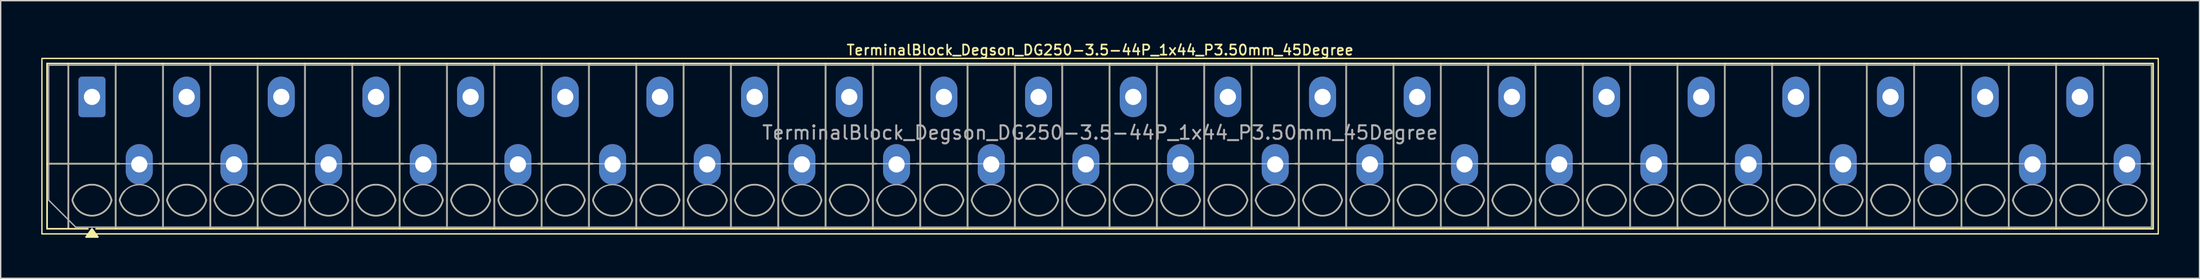
<source format=kicad_pcb>
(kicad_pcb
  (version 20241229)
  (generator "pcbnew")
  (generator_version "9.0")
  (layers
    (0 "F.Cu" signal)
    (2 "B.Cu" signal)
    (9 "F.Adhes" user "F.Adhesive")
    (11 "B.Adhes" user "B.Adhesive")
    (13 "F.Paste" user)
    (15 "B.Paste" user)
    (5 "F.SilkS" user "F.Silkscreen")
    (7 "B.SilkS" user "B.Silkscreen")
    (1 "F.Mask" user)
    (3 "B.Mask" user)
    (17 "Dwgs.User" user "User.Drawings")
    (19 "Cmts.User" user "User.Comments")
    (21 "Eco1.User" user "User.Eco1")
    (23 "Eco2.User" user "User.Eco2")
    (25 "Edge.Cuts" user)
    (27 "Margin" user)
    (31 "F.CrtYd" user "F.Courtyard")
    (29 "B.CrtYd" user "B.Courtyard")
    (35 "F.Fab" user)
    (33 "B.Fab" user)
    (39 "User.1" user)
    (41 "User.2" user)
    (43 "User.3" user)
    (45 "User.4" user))
  (footprint "TerminalBlock_Degson_DG250-3.5-44P_1x44_P3.50mm_45Degree"
    (layer "F.Cu")
    (at 3.75 4.128)
    (property "Reference" "TerminalBlock_Degson_DG250-3.5-44P_1x44_P3.50mm_45Degree" (at 74.55 -3.47 0) (layer "F.SilkS") (effects (font (size 0.75 0.75) (thickness 0.125))))
    (attr through_hole)
    (fp_line (start -3.32 -2.47) (end 152.42 -2.47) (stroke (width 0.12) (type solid)) (layer "F.SilkS"))
    (fp_line (start -3.32 4.95) (end 2.02 4.95) (stroke (width 0.12) (type solid)) (layer "F.SilkS"))
    (fp_line (start -3.32 9.77) (end -3.32 -2.47) (stroke (width 0.12) (type solid)) (layer "F.SilkS"))
    (fp_line (start -1.75 -2.47) (end -1.75 9.77) (stroke (width 0.12) (type solid)) (layer "F.SilkS"))
    (fp_line (start -0.3 9.77) (end -3.32 9.77) (stroke (width 0.12) (type solid)) (layer "F.SilkS"))
    (fp_line (start 1.75 -2.47) (end 1.75 9.77) (stroke (width 0.12) (type solid)) (layer "F.SilkS"))
    (fp_line (start 4.98 4.95) (end 9.02 4.95) (stroke (width 0.12) (type solid)) (layer "F.SilkS"))
    (fp_line (start 5.25 -2.47) (end 5.25 9.77) (stroke (width 0.12) (type solid)) (layer "F.SilkS"))
    (fp_line (start 8.75 -2.47) (end 8.75 9.77) (stroke (width 0.12) (type solid)) (layer "F.SilkS"))
    (fp_line (start 11.98 4.95) (end 16.02 4.95) (stroke (width 0.12) (type solid)) (layer "F.SilkS"))
    (fp_line (start 12.25 -2.47) (end 12.25 9.77) (stroke (width 0.12) (type solid)) (layer "F.SilkS"))
    (fp_line (start 15.75 -2.47) (end 15.75 9.77) (stroke (width 0.12) (type solid)) (layer "F.SilkS"))
    (fp_line (start 18.98 4.95) (end 23.02 4.95) (stroke (width 0.12) (type solid)) (layer "F.SilkS"))
    (fp_line (start 19.25 -2.47) (end 19.25 9.77) (stroke (width 0.12) (type solid)) (layer "F.SilkS"))
    (fp_line (start 22.75 -2.47) (end 22.75 9.77) (stroke (width 0.12) (type solid)) (layer "F.SilkS"))
    (fp_line (start 25.98 4.95) (end 30.02 4.95) (stroke (width 0.12) (type solid)) (layer "F.SilkS"))
    (fp_line (start 26.25 -2.47) (end 26.25 9.77) (stroke (width 0.12) (type solid)) (layer "F.SilkS"))
    (fp_line (start 29.75 -2.47) (end 29.75 9.77) (stroke (width 0.12) (type solid)) (layer "F.SilkS"))
    (fp_line (start 32.98 4.95) (end 37.02 4.95) (stroke (width 0.12) (type solid)) (layer "F.SilkS"))
    (fp_line (start 33.25 -2.47) (end 33.25 9.77) (stroke (width 0.12) (type solid)) (layer "F.SilkS"))
    (fp_line (start 36.75 -2.47) (end 36.75 9.77) (stroke (width 0.12) (type solid)) (layer "F.SilkS"))
    (fp_line (start 39.98 4.95) (end 44.02 4.95) (stroke (width 0.12) (type solid)) (layer "F.SilkS"))
    (fp_line (start 40.25 -2.47) (end 40.25 9.77) (stroke (width 0.12) (type solid)) (layer "F.SilkS"))
    (fp_line (start 43.75 -2.47) (end 43.75 9.77) (stroke (width 0.12) (type solid)) (layer "F.SilkS"))
    (fp_line (start 46.98 4.95) (end 51.02 4.95) (stroke (width 0.12) (type solid)) (layer "F.SilkS"))
    (fp_line (start 47.25 -2.47) (end 47.25 9.77) (stroke (width 0.12) (type solid)) (layer "F.SilkS"))
    (fp_line (start 50.75 -2.47) (end 50.75 9.77) (stroke (width 0.12) (type solid)) (layer "F.SilkS"))
    (fp_line (start 53.98 4.95) (end 58.02 4.95) (stroke (width 0.12) (type solid)) (layer "F.SilkS"))
    (fp_line (start 54.25 -2.47) (end 54.25 9.77) (stroke (width 0.12) (type solid)) (layer "F.SilkS"))
    (fp_line (start 57.75 -2.47) (end 57.75 9.77) (stroke (width 0.12) (type solid)) (layer "F.SilkS"))
    (fp_line (start 60.98 4.95) (end 65.02 4.95) (stroke (width 0.12) (type solid)) (layer "F.SilkS"))
    (fp_line (start 61.25 -2.47) (end 61.25 9.77) (stroke (width 0.12) (type solid)) (layer "F.SilkS"))
    (fp_line (start 64.75 -2.47) (end 64.75 9.77) (stroke (width 0.12) (type solid)) (layer "F.SilkS"))
    (fp_line (start 67.98 4.95) (end 72.02 4.95) (stroke (width 0.12) (type solid)) (layer "F.SilkS"))
    (fp_line (start 68.25 -2.47) (end 68.25 9.77) (stroke (width 0.12) (type solid)) (layer "F.SilkS"))
    (fp_line (start 71.75 -2.47) (end 71.75 9.77) (stroke (width 0.12) (type solid)) (layer "F.SilkS"))
    (fp_line (start 74.98 4.95) (end 79.02 4.95) (stroke (width 0.12) (type solid)) (layer "F.SilkS"))
    (fp_line (start 75.25 -2.47) (end 75.25 9.77) (stroke (width 0.12) (type solid)) (layer "F.SilkS"))
    (fp_line (start 78.75 -2.47) (end 78.75 9.77) (stroke (width 0.12) (type solid)) (layer "F.SilkS"))
    (fp_line (start 81.98 4.95) (end 86.02 4.95) (stroke (width 0.12) (type solid)) (layer "F.SilkS"))
    (fp_line (start 82.25 -2.47) (end 82.25 9.77) (stroke (width 0.12) (type solid)) (layer "F.SilkS"))
    (fp_line (start 85.75 -2.47) (end 85.75 9.77) (stroke (width 0.12) (type solid)) (layer "F.SilkS"))
    (fp_line (start 88.98 4.95) (end 93.02 4.95) (stroke (width 0.12) (type solid)) (layer "F.SilkS"))
    (fp_line (start 89.25 -2.47) (end 89.25 9.77) (stroke (width 0.12) (type solid)) (layer "F.SilkS"))
    (fp_line (start 92.75 -2.47) (end 92.75 9.77) (stroke (width 0.12) (type solid)) (layer "F.SilkS"))
    (fp_line (start 95.98 4.95) (end 100.02 4.95) (stroke (width 0.12) (type solid)) (layer "F.SilkS"))
    (fp_line (start 96.25 -2.47) (end 96.25 9.77) (stroke (width 0.12) (type solid)) (layer "F.SilkS"))
    (fp_line (start 99.75 -2.47) (end 99.75 9.77) (stroke (width 0.12) (type solid)) (layer "F.SilkS"))
    (fp_line (start 102.98 4.95) (end 107.02 4.95) (stroke (width 0.12) (type solid)) (layer "F.SilkS"))
    (fp_line (start 103.25 -2.47) (end 103.25 9.77) (stroke (width 0.12) (type solid)) (layer "F.SilkS"))
    (fp_line (start 106.75 -2.47) (end 106.75 9.77) (stroke (width 0.12) (type solid)) (layer "F.SilkS"))
    (fp_line (start 109.98 4.95) (end 114.02 4.95) (stroke (width 0.12) (type solid)) (layer "F.SilkS"))
    (fp_line (start 110.25 -2.47) (end 110.25 9.77) (stroke (width 0.12) (type solid)) (layer "F.SilkS"))
    (fp_line (start 113.75 -2.47) (end 113.75 9.77) (stroke (width 0.12) (type solid)) (layer "F.SilkS"))
    (fp_line (start 116.98 4.95) (end 121.02 4.95) (stroke (width 0.12) (type solid)) (layer "F.SilkS"))
    (fp_line (start 117.25 -2.47) (end 117.25 9.77) (stroke (width 0.12) (type solid)) (layer "F.SilkS"))
    (fp_line (start 120.75 -2.47) (end 120.75 9.77) (stroke (width 0.12) (type solid)) (layer "F.SilkS"))
    (fp_line (start 123.98 4.95) (end 128.02 4.95) (stroke (width 0.12) (type solid)) (layer "F.SilkS"))
    (fp_line (start 124.25 -2.47) (end 124.25 9.77) (stroke (width 0.12) (type solid)) (layer "F.SilkS"))
    (fp_line (start 127.75 -2.47) (end 127.75 9.77) (stroke (width 0.12) (type solid)) (layer "F.SilkS"))
    (fp_line (start 130.98 4.95) (end 135.02 4.95) (stroke (width 0.12) (type solid)) (layer "F.SilkS"))
    (fp_line (start 131.25 -2.47) (end 131.25 9.77) (stroke (width 0.12) (type solid)) (layer "F.SilkS"))
    (fp_line (start 134.75 -2.47) (end 134.75 9.77) (stroke (width 0.12) (type solid)) (layer "F.SilkS"))
    (fp_line (start 137.98 4.95) (end 142.02 4.95) (stroke (width 0.12) (type solid)) (layer "F.SilkS"))
    (fp_line (start 138.25 -2.47) (end 138.25 9.77) (stroke (width 0.12) (type solid)) (layer "F.SilkS"))
    (fp_line (start 141.75 -2.47) (end 141.75 9.77) (stroke (width 0.12) (type solid)) (layer "F.SilkS"))
    (fp_line (start 144.98 4.95) (end 149.02 4.95) (stroke (width 0.12) (type solid)) (layer "F.SilkS"))
    (fp_line (start 145.25 -2.47) (end 145.25 9.77) (stroke (width 0.12) (type solid)) (layer "F.SilkS"))
    (fp_line (start 148.75 -2.47) (end 148.75 9.77) (stroke (width 0.12) (type solid)) (layer "F.SilkS"))
    (fp_line (start 151.98 4.95) (end 152.42 4.95) (stroke (width 0.12) (type solid)) (layer "F.SilkS"))
    (fp_line (start 152.42 -2.47) (end 152.42 9.77) (stroke (width 0.12) (type solid)) (layer "F.SilkS"))
    (fp_line (start 152.42 9.77) (end 0.3 9.77) (stroke (width 0.12) (type solid)) (layer "F.SilkS"))
    (fp_rect (start -3.7 -2.85) (end 152.8 10.15) (stroke (width 0.1) (type solid)) (fill no) (layer "F.SilkS"))
    (fp_arc (start -1.45 7.65) (mid 0 6.5) (end 1.45 7.65) (stroke (width 0.12) (type solid)) (layer "F.SilkS"))
    (fp_arc (start 1.45 7.65) (mid 0 8.8) (end -1.45 7.65) (stroke (width 0.12) (type solid)) (layer "F.SilkS"))
    (fp_arc (start 2.05 7.65) (mid 2.18402 7.291962) (end 2.405 6.98) (stroke (width 0.12) (type solid)) (layer "F.SilkS"))
    (fp_arc (start 4.595 6.98) (mid 4.81598 7.291962) (end 4.95 7.65) (stroke (width 0.12) (type solid)) (layer "F.SilkS"))
    (fp_arc (start 4.95 7.65) (mid 3.5 8.8) (end 2.05 7.65) (stroke (width 0.12) (type solid)) (layer "F.SilkS"))
    (fp_arc (start 5.55 7.65) (mid 7 6.5) (end 8.45 7.65) (stroke (width 0.12) (type solid)) (layer "F.SilkS"))
    (fp_arc (start 8.45 7.65) (mid 7 8.8) (end 5.55 7.65) (stroke (width 0.12) (type solid)) (layer "F.SilkS"))
    (fp_arc (start 9.05 7.65) (mid 9.18402 7.291962) (end 9.405 6.98) (stroke (width 0.12) (type solid)) (layer "F.SilkS"))
    (fp_arc (start 11.595 6.98) (mid 11.81598 7.291962) (end 11.95 7.65) (stroke (width 0.12) (type solid)) (layer "F.SilkS"))
    (fp_arc (start 11.95 7.65) (mid 10.5 8.8) (end 9.05 7.65) (stroke (width 0.12) (type solid)) (layer "F.SilkS"))
    (fp_arc (start 12.55 7.65) (mid 14 6.5) (end 15.45 7.65) (stroke (width 0.12) (type solid)) (layer "F.SilkS"))
    (fp_arc (start 15.45 7.65) (mid 14 8.8) (end 12.55 7.65) (stroke (width 0.12) (type solid)) (layer "F.SilkS"))
    (fp_arc (start 16.05 7.65) (mid 16.18402 7.291962) (end 16.405 6.98) (stroke (width 0.12) (type solid)) (layer "F.SilkS"))
    (fp_arc (start 18.595 6.98) (mid 18.81598 7.291962) (end 18.95 7.65) (stroke (width 0.12) (type solid)) (layer "F.SilkS"))
    (fp_arc (start 18.95 7.65) (mid 17.5 8.8) (end 16.05 7.65) (stroke (width 0.12) (type solid)) (layer "F.SilkS"))
    (fp_arc (start 19.55 7.65) (mid 21 6.5) (end 22.45 7.65) (stroke (width 0.12) (type solid)) (layer "F.SilkS"))
    (fp_arc (start 22.45 7.65) (mid 21 8.8) (end 19.55 7.65) (stroke (width 0.12) (type solid)) (layer "F.SilkS"))
    (fp_arc (start 23.05 7.65) (mid 23.18402 7.291962) (end 23.405 6.98) (stroke (width 0.12) (type solid)) (layer "F.SilkS"))
    (fp_arc (start 25.595 6.98) (mid 25.81598 7.291962) (end 25.95 7.65) (stroke (width 0.12) (type solid)) (layer "F.SilkS"))
    (fp_arc (start 25.95 7.65) (mid 24.5 8.8) (end 23.05 7.65) (stroke (width 0.12) (type solid)) (layer "F.SilkS"))
    (fp_arc (start 26.55 7.65) (mid 28 6.5) (end 29.45 7.65) (stroke (width 0.12) (type solid)) (layer "F.SilkS"))
    (fp_arc (start 29.45 7.65) (mid 28 8.8) (end 26.55 7.65) (stroke (width 0.12) (type solid)) (layer "F.SilkS"))
    (fp_arc (start 30.05 7.65) (mid 30.18402 7.291962) (end 30.405 6.98) (stroke (width 0.12) (type solid)) (layer "F.SilkS"))
    (fp_arc (start 32.595 6.98) (mid 32.81598 7.291962) (end 32.95 7.65) (stroke (width 0.12) (type solid)) (layer "F.SilkS"))
    (fp_arc (start 32.95 7.65) (mid 31.5 8.8) (end 30.05 7.65) (stroke (width 0.12) (type solid)) (layer "F.SilkS"))
    (fp_arc (start 33.55 7.65) (mid 35 6.5) (end 36.45 7.65) (stroke (width 0.12) (type solid)) (layer "F.SilkS"))
    (fp_arc (start 36.45 7.65) (mid 35 8.8) (end 33.55 7.65) (stroke (width 0.12) (type solid)) (layer "F.SilkS"))
    (fp_arc (start 37.05 7.65) (mid 37.18402 7.291962) (end 37.405 6.98) (stroke (width 0.12) (type solid)) (layer "F.SilkS"))
    (fp_arc (start 39.595 6.98) (mid 39.81598 7.291962) (end 39.95 7.65) (stroke (width 0.12) (type solid)) (layer "F.SilkS"))
    (fp_arc (start 39.95 7.65) (mid 38.5 8.8) (end 37.05 7.65) (stroke (width 0.12) (type solid)) (layer "F.SilkS"))
    (fp_arc (start 40.55 7.65) (mid 42 6.5) (end 43.45 7.65) (stroke (width 0.12) (type solid)) (layer "F.SilkS"))
    (fp_arc (start 43.45 7.65) (mid 42 8.8) (end 40.55 7.65) (stroke (width 0.12) (type solid)) (layer "F.SilkS"))
    (fp_arc (start 44.05 7.65) (mid 44.18402 7.291962) (end 44.405 6.98) (stroke (width 0.12) (type solid)) (layer "F.SilkS"))
    (fp_arc (start 46.595 6.98) (mid 46.81598 7.291962) (end 46.95 7.65) (stroke (width 0.12) (type solid)) (layer "F.SilkS"))
    (fp_arc (start 46.95 7.65) (mid 45.5 8.8) (end 44.05 7.65) (stroke (width 0.12) (type solid)) (layer "F.SilkS"))
    (fp_arc (start 47.55 7.65) (mid 49 6.5) (end 50.45 7.65) (stroke (width 0.12) (type solid)) (layer "F.SilkS"))
    (fp_arc (start 50.45 7.65) (mid 49 8.8) (end 47.55 7.65) (stroke (width 0.12) (type solid)) (layer "F.SilkS"))
    (fp_arc (start 51.05 7.65) (mid 51.18402 7.291962) (end 51.405 6.98) (stroke (width 0.12) (type solid)) (layer "F.SilkS"))
    (fp_arc (start 53.595 6.98) (mid 53.81598 7.291962) (end 53.95 7.65) (stroke (width 0.12) (type solid)) (layer "F.SilkS"))
    (fp_arc (start 53.95 7.65) (mid 52.5 8.8) (end 51.05 7.65) (stroke (width 0.12) (type solid)) (layer "F.SilkS"))
    (fp_arc (start 54.55 7.65) (mid 56 6.5) (end 57.45 7.65) (stroke (width 0.12) (type solid)) (layer "F.SilkS"))
    (fp_arc (start 57.45 7.65) (mid 56 8.8) (end 54.55 7.65) (stroke (width 0.12) (type solid)) (layer "F.SilkS"))
    (fp_arc (start 58.05 7.65) (mid 58.18402 7.291962) (end 58.405 6.98) (stroke (width 0.12) (type solid)) (layer "F.SilkS"))
    (fp_arc (start 60.595 6.98) (mid 60.81598 7.291962) (end 60.95 7.65) (stroke (width 0.12) (type solid)) (layer "F.SilkS"))
    (fp_arc (start 60.95 7.65) (mid 59.5 8.8) (end 58.05 7.65) (stroke (width 0.12) (type solid)) (layer "F.SilkS"))
    (fp_arc (start 61.55 7.65) (mid 63 6.5) (end 64.45 7.65) (stroke (width 0.12) (type solid)) (layer "F.SilkS"))
    (fp_arc (start 64.45 7.65) (mid 63 8.8) (end 61.55 7.65) (stroke (width 0.12) (type solid)) (layer "F.SilkS"))
    (fp_arc (start 65.05 7.65) (mid 65.18402 7.291962) (end 65.405 6.98) (stroke (width 0.12) (type solid)) (layer "F.SilkS"))
    (fp_arc (start 67.595 6.98) (mid 67.81598 7.291962) (end 67.95 7.65) (stroke (width 0.12) (type solid)) (layer "F.SilkS"))
    (fp_arc (start 67.95 7.65) (mid 66.5 8.8) (end 65.05 7.65) (stroke (width 0.12) (type solid)) (layer "F.SilkS"))
    (fp_arc (start 68.55 7.65) (mid 70 6.5) (end 71.45 7.65) (stroke (width 0.12) (type solid)) (layer "F.SilkS"))
    (fp_arc (start 71.45 7.65) (mid 70 8.8) (end 68.55 7.65) (stroke (width 0.12) (type solid)) (layer "F.SilkS"))
    (fp_arc (start 72.05 7.65) (mid 72.18402 7.291962) (end 72.405 6.98) (stroke (width 0.12) (type solid)) (layer "F.SilkS"))
    (fp_arc (start 74.595 6.98) (mid 74.81598 7.291962) (end 74.95 7.65) (stroke (width 0.12) (type solid)) (layer "F.SilkS"))
    (fp_arc (start 74.95 7.65) (mid 73.5 8.8) (end 72.05 7.65) (stroke (width 0.12) (type solid)) (layer "F.SilkS"))
    (fp_arc (start 75.55 7.65) (mid 77 6.5) (end 78.45 7.65) (stroke (width 0.12) (type solid)) (layer "F.SilkS"))
    (fp_arc (start 78.45 7.65) (mid 77 8.8) (end 75.55 7.65) (stroke (width 0.12) (type solid)) (layer "F.SilkS"))
    (fp_arc (start 79.05 7.65) (mid 79.18402 7.291962) (end 79.405 6.98) (stroke (width 0.12) (type solid)) (layer "F.SilkS"))
    (fp_arc (start 81.595 6.98) (mid 81.81598 7.291962) (end 81.95 7.65) (stroke (width 0.12) (type solid)) (layer "F.SilkS"))
    (fp_arc (start 81.95 7.65) (mid 80.5 8.8) (end 79.05 7.65) (stroke (width 0.12) (type solid)) (layer "F.SilkS"))
    (fp_arc (start 82.55 7.65) (mid 84 6.5) (end 85.45 7.65) (stroke (width 0.12) (type solid)) (layer "F.SilkS"))
    (fp_arc (start 85.45 7.65) (mid 84 8.8) (end 82.55 7.65) (stroke (width 0.12) (type solid)) (layer "F.SilkS"))
    (fp_arc (start 86.05 7.65) (mid 86.18402 7.291962) (end 86.405 6.98) (stroke (width 0.12) (type solid)) (layer "F.SilkS"))
    (fp_arc (start 88.595 6.98) (mid 88.81598 7.291962) (end 88.95 7.65) (stroke (width 0.12) (type solid)) (layer "F.SilkS"))
    (fp_arc (start 88.95 7.65) (mid 87.5 8.8) (end 86.05 7.65) (stroke (width 0.12) (type solid)) (layer "F.SilkS"))
    (fp_arc (start 89.55 7.65) (mid 91 6.5) (end 92.45 7.65) (stroke (width 0.12) (type solid)) (layer "F.SilkS"))
    (fp_arc (start 92.45 7.65) (mid 91 8.8) (end 89.55 7.65) (stroke (width 0.12) (type solid)) (layer "F.SilkS"))
    (fp_arc (start 93.05 7.65) (mid 93.18402 7.291962) (end 93.405 6.98) (stroke (width 0.12) (type solid)) (layer "F.SilkS"))
    (fp_arc (start 95.595 6.98) (mid 95.81598 7.291962) (end 95.95 7.65) (stroke (width 0.12) (type solid)) (layer "F.SilkS"))
    (fp_arc (start 95.95 7.65) (mid 94.5 8.8) (end 93.05 7.65) (stroke (width 0.12) (type solid)) (layer "F.SilkS"))
    (fp_arc (start 96.55 7.65) (mid 98 6.5) (end 99.45 7.65) (stroke (width 0.12) (type solid)) (layer "F.SilkS"))
    (fp_arc (start 99.45 7.65) (mid 98 8.8) (end 96.55 7.65) (stroke (width 0.12) (type solid)) (layer "F.SilkS"))
    (fp_arc (start 100.05 7.65) (mid 100.18402 7.291962) (end 100.405 6.98) (stroke (width 0.12) (type solid)) (layer "F.SilkS"))
    (fp_arc (start 102.595 6.98) (mid 102.81598 7.291962) (end 102.95 7.65) (stroke (width 0.12) (type solid)) (layer "F.SilkS"))
    (fp_arc (start 102.95 7.65) (mid 101.5 8.8) (end 100.05 7.65) (stroke (width 0.12) (type solid)) (layer "F.SilkS"))
    (fp_arc (start 103.55 7.65) (mid 105 6.5) (end 106.45 7.65) (stroke (width 0.12) (type solid)) (layer "F.SilkS"))
    (fp_arc (start 106.45 7.65) (mid 105 8.8) (end 103.55 7.65) (stroke (width 0.12) (type solid)) (layer "F.SilkS"))
    (fp_arc (start 107.05 7.65) (mid 107.18402 7.291962) (end 107.405 6.98) (stroke (width 0.12) (type solid)) (layer "F.SilkS"))
    (fp_arc (start 109.595 6.98) (mid 109.81598 7.291962) (end 109.95 7.65) (stroke (width 0.12) (type solid)) (layer "F.SilkS"))
    (fp_arc (start 109.95 7.65) (mid 108.5 8.8) (end 107.05 7.65) (stroke (width 0.12) (type solid)) (layer "F.SilkS"))
    (fp_arc (start 110.55 7.65) (mid 112 6.5) (end 113.45 7.65) (stroke (width 0.12) (type solid)) (layer "F.SilkS"))
    (fp_arc (start 113.45 7.65) (mid 112 8.8) (end 110.55 7.65) (stroke (width 0.12) (type solid)) (layer "F.SilkS"))
    (fp_arc (start 114.05 7.65) (mid 114.18402 7.291962) (end 114.405 6.98) (stroke (width 0.12) (type solid)) (layer "F.SilkS"))
    (fp_arc (start 116.595 6.98) (mid 116.81598 7.291962) (end 116.95 7.65) (stroke (width 0.12) (type solid)) (layer "F.SilkS"))
    (fp_arc (start 116.95 7.65) (mid 115.5 8.8) (end 114.05 7.65) (stroke (width 0.12) (type solid)) (layer "F.SilkS"))
    (fp_arc (start 117.55 7.65) (mid 119 6.5) (end 120.45 7.65) (stroke (width 0.12) (type solid)) (layer "F.SilkS"))
    (fp_arc (start 120.45 7.65) (mid 119 8.8) (end 117.55 7.65) (stroke (width 0.12) (type solid)) (layer "F.SilkS"))
    (fp_arc (start 121.05 7.65) (mid 121.18402 7.291962) (end 121.405 6.98) (stroke (width 0.12) (type solid)) (layer "F.SilkS"))
    (fp_arc (start 123.595 6.98) (mid 123.81598 7.291962) (end 123.95 7.65) (stroke (width 0.12) (type solid)) (layer "F.SilkS"))
    (fp_arc (start 123.95 7.65) (mid 122.5 8.8) (end 121.05 7.65) (stroke (width 0.12) (type solid)) (layer "F.SilkS"))
    (fp_arc (start 124.55 7.65) (mid 126 6.5) (end 127.45 7.65) (stroke (width 0.12) (type solid)) (layer "F.SilkS"))
    (fp_arc (start 127.45 7.65) (mid 126 8.8) (end 124.55 7.65) (stroke (width 0.12) (type solid)) (layer "F.SilkS"))
    (fp_arc (start 128.05 7.65) (mid 128.18402 7.291962) (end 128.405 6.98) (stroke (width 0.12) (type solid)) (layer "F.SilkS"))
    (fp_arc (start 130.595 6.98) (mid 130.81598 7.291962) (end 130.95 7.65) (stroke (width 0.12) (type solid)) (layer "F.SilkS"))
    (fp_arc (start 130.95 7.65) (mid 129.5 8.8) (end 128.05 7.65) (stroke (width 0.12) (type solid)) (layer "F.SilkS"))
    (fp_arc (start 131.55 7.65) (mid 133 6.5) (end 134.45 7.65) (stroke (width 0.12) (type solid)) (layer "F.SilkS"))
    (fp_arc (start 134.45 7.65) (mid 133 8.8) (end 131.55 7.65) (stroke (width 0.12) (type solid)) (layer "F.SilkS"))
    (fp_arc (start 135.05 7.65) (mid 135.18402 7.291962) (end 135.405 6.98) (stroke (width 0.12) (type solid)) (layer "F.SilkS"))
    (fp_arc (start 137.595 6.98) (mid 137.81598 7.291962) (end 137.95 7.65) (stroke (width 0.12) (type solid)) (layer "F.SilkS"))
    (fp_arc (start 137.95 7.65) (mid 136.5 8.8) (end 135.05 7.65) (stroke (width 0.12) (type solid)) (layer "F.SilkS"))
    (fp_arc (start 138.55 7.65) (mid 140 6.5) (end 141.45 7.65) (stroke (width 0.12) (type solid)) (layer "F.SilkS"))
    (fp_arc (start 141.45 7.65) (mid 140 8.8) (end 138.55 7.65) (stroke (width 0.12) (type solid)) (layer "F.SilkS"))
    (fp_arc (start 142.05 7.65) (mid 142.18402 7.291962) (end 142.405 6.98) (stroke (width 0.12) (type solid)) (layer "F.SilkS"))
    (fp_arc (start 144.595 6.98) (mid 144.81598 7.291962) (end 144.95 7.65) (stroke (width 0.12) (type solid)) (layer "F.SilkS"))
    (fp_arc (start 144.95 7.65) (mid 143.5 8.8) (end 142.05 7.65) (stroke (width 0.12) (type solid)) (layer "F.SilkS"))
    (fp_arc (start 145.55 7.65) (mid 147 6.5) (end 148.45 7.65) (stroke (width 0.12) (type solid)) (layer "F.SilkS"))
    (fp_arc (start 148.45 7.65) (mid 147 8.8) (end 145.55 7.65) (stroke (width 0.12) (type solid)) (layer "F.SilkS"))
    (fp_arc (start 149.05 7.65) (mid 149.18402 7.291962) (end 149.405 6.98) (stroke (width 0.12) (type solid)) (layer "F.SilkS"))
    (fp_arc (start 151.595 6.98) (mid 151.81598 7.291962) (end 151.95 7.65) (stroke (width 0.12) (type solid)) (layer "F.SilkS"))
    (fp_arc (start 151.95 7.65) (mid 150.5 8.8) (end 149.05 7.65) (stroke (width 0.12) (type solid)) (layer "F.SilkS"))
    (fp_poly (pts (xy 0 9.77) (xy 0.44 10.38) (xy -0.44 10.38)) (stroke (width 0.12) (type solid)) (fill yes) (layer "F.SilkS"))
    (fp_line (start -3.2 -2.35) (end 152.3 -2.35) (stroke (width 0.1) (type solid)) (layer "F.Fab"))
    (fp_line (start -3.2 4.95) (end 152.3 4.95) (stroke (width 0.1) (type solid)) (layer "F.Fab"))
    (fp_line (start -3.2 7.65) (end -3.2 -2.35) (stroke (width 0.1) (type solid)) (layer "F.Fab"))
    (fp_line (start -1.75 -2.35) (end -1.75 9.65) (stroke (width 0.1) (type solid)) (layer "F.Fab"))
    (fp_line (start -1.2 9.65) (end -3.2 7.65) (stroke (width 0.1) (type solid)) (layer "F.Fab"))
    (fp_line (start 1.75 -2.35) (end 1.75 9.65) (stroke (width 0.1) (type solid)) (layer "F.Fab"))
    (fp_line (start 5.25 -2.35) (end 5.25 9.65) (stroke (width 0.1) (type solid)) (layer "F.Fab"))
    (fp_line (start 8.75 -2.35) (end 8.75 9.65) (stroke (width 0.1) (type solid)) (layer "F.Fab"))
    (fp_line (start 12.25 -2.35) (end 12.25 9.65) (stroke (width 0.1) (type solid)) (layer "F.Fab"))
    (fp_line (start 15.75 -2.35) (end 15.75 9.65) (stroke (width 0.1) (type solid)) (layer "F.Fab"))
    (fp_line (start 19.25 -2.35) (end 19.25 9.65) (stroke (width 0.1) (type solid)) (layer "F.Fab"))
    (fp_line (start 22.75 -2.35) (end 22.75 9.65) (stroke (width 0.1) (type solid)) (layer "F.Fab"))
    (fp_line (start 26.25 -2.35) (end 26.25 9.65) (stroke (width 0.1) (type solid)) (layer "F.Fab"))
    (fp_line (start 29.75 -2.35) (end 29.75 9.65) (stroke (width 0.1) (type solid)) (layer "F.Fab"))
    (fp_line (start 33.25 -2.35) (end 33.25 9.65) (stroke (width 0.1) (type solid)) (layer "F.Fab"))
    (fp_line (start 36.75 -2.35) (end 36.75 9.65) (stroke (width 0.1) (type solid)) (layer "F.Fab"))
    (fp_line (start 40.25 -2.35) (end 40.25 9.65) (stroke (width 0.1) (type solid)) (layer "F.Fab"))
    (fp_line (start 43.75 -2.35) (end 43.75 9.65) (stroke (width 0.1) (type solid)) (layer "F.Fab"))
    (fp_line (start 47.25 -2.35) (end 47.25 9.65) (stroke (width 0.1) (type solid)) (layer "F.Fab"))
    (fp_line (start 50.75 -2.35) (end 50.75 9.65) (stroke (width 0.1) (type solid)) (layer "F.Fab"))
    (fp_line (start 54.25 -2.35) (end 54.25 9.65) (stroke (width 0.1) (type solid)) (layer "F.Fab"))
    (fp_line (start 57.75 -2.35) (end 57.75 9.65) (stroke (width 0.1) (type solid)) (layer "F.Fab"))
    (fp_line (start 61.25 -2.35) (end 61.25 9.65) (stroke (width 0.1) (type solid)) (layer "F.Fab"))
    (fp_line (start 64.75 -2.35) (end 64.75 9.65) (stroke (width 0.1) (type solid)) (layer "F.Fab"))
    (fp_line (start 68.25 -2.35) (end 68.25 9.65) (stroke (width 0.1) (type solid)) (layer "F.Fab"))
    (fp_line (start 71.75 -2.35) (end 71.75 9.65) (stroke (width 0.1) (type solid)) (layer "F.Fab"))
    (fp_line (start 75.25 -2.35) (end 75.25 9.65) (stroke (width 0.1) (type solid)) (layer "F.Fab"))
    (fp_line (start 78.75 -2.35) (end 78.75 9.65) (stroke (width 0.1) (type solid)) (layer "F.Fab"))
    (fp_line (start 82.25 -2.35) (end 82.25 9.65) (stroke (width 0.1) (type solid)) (layer "F.Fab"))
    (fp_line (start 85.75 -2.35) (end 85.75 9.65) (stroke (width 0.1) (type solid)) (layer "F.Fab"))
    (fp_line (start 89.25 -2.35) (end 89.25 9.65) (stroke (width 0.1) (type solid)) (layer "F.Fab"))
    (fp_line (start 92.75 -2.35) (end 92.75 9.65) (stroke (width 0.1) (type solid)) (layer "F.Fab"))
    (fp_line (start 96.25 -2.35) (end 96.25 9.65) (stroke (width 0.1) (type solid)) (layer "F.Fab"))
    (fp_line (start 99.75 -2.35) (end 99.75 9.65) (stroke (width 0.1) (type solid)) (layer "F.Fab"))
    (fp_line (start 103.25 -2.35) (end 103.25 9.65) (stroke (width 0.1) (type solid)) (layer "F.Fab"))
    (fp_line (start 106.75 -2.35) (end 106.75 9.65) (stroke (width 0.1) (type solid)) (layer "F.Fab"))
    (fp_line (start 110.25 -2.35) (end 110.25 9.65) (stroke (width 0.1) (type solid)) (layer "F.Fab"))
    (fp_line (start 113.75 -2.35) (end 113.75 9.65) (stroke (width 0.1) (type solid)) (layer "F.Fab"))
    (fp_line (start 117.25 -2.35) (end 117.25 9.65) (stroke (width 0.1) (type solid)) (layer "F.Fab"))
    (fp_line (start 120.75 -2.35) (end 120.75 9.65) (stroke (width 0.1) (type solid)) (layer "F.Fab"))
    (fp_line (start 124.25 -2.35) (end 124.25 9.65) (stroke (width 0.1) (type solid)) (layer "F.Fab"))
    (fp_line (start 127.75 -2.35) (end 127.75 9.65) (stroke (width 0.1) (type solid)) (layer "F.Fab"))
    (fp_line (start 131.25 -2.35) (end 131.25 9.65) (stroke (width 0.1) (type solid)) (layer "F.Fab"))
    (fp_line (start 134.75 -2.35) (end 134.75 9.65) (stroke (width 0.1) (type solid)) (layer "F.Fab"))
    (fp_line (start 138.25 -2.35) (end 138.25 9.65) (stroke (width 0.1) (type solid)) (layer "F.Fab"))
    (fp_line (start 141.75 -2.35) (end 141.75 9.65) (stroke (width 0.1) (type solid)) (layer "F.Fab"))
    (fp_line (start 145.25 -2.35) (end 145.25 9.65) (stroke (width 0.1) (type solid)) (layer "F.Fab"))
    (fp_line (start 148.75 -2.35) (end 148.75 9.65) (stroke (width 0.1) (type solid)) (layer "F.Fab"))
    (fp_line (start 152.3 -2.35) (end 152.3 9.65) (stroke (width 0.1) (type solid)) (layer "F.Fab"))
    (fp_line (start 152.3 9.65) (end -1.2 9.65) (stroke (width 0.1) (type solid)) (layer "F.Fab"))
    (fp_arc (start -1.45 7.65) (mid 0 6.5) (end 1.45 7.65) (stroke (width 0.1) (type solid)) (layer "F.Fab"))
    (fp_arc (start 1.45 7.65) (mid 0 8.8) (end -1.45 7.65) (stroke (width 0.1) (type solid)) (layer "F.Fab"))
    (fp_arc (start 2.05 7.65) (mid 3.5 6.5) (end 4.95 7.65) (stroke (width 0.1) (type solid)) (layer "F.Fab"))
    (fp_arc (start 4.95 7.65) (mid 3.5 8.8) (end 2.05 7.65) (stroke (width 0.1) (type solid)) (layer "F.Fab"))
    (fp_arc (start 5.55 7.65) (mid 7 6.5) (end 8.45 7.65) (stroke (width 0.1) (type solid)) (layer "F.Fab"))
    (fp_arc (start 8.45 7.65) (mid 7 8.8) (end 5.55 7.65) (stroke (width 0.1) (type solid)) (layer "F.Fab"))
    (fp_arc (start 9.05 7.65) (mid 10.5 6.5) (end 11.95 7.65) (stroke (width 0.1) (type solid)) (layer "F.Fab"))
    (fp_arc (start 11.95 7.65) (mid 10.5 8.8) (end 9.05 7.65) (stroke (width 0.1) (type solid)) (layer "F.Fab"))
    (fp_arc (start 12.55 7.65) (mid 14 6.5) (end 15.45 7.65) (stroke (width 0.1) (type solid)) (layer "F.Fab"))
    (fp_arc (start 15.45 7.65) (mid 14 8.8) (end 12.55 7.65) (stroke (width 0.1) (type solid)) (layer "F.Fab"))
    (fp_arc (start 16.05 7.65) (mid 17.5 6.5) (end 18.95 7.65) (stroke (width 0.1) (type solid)) (layer "F.Fab"))
    (fp_arc (start 18.95 7.65) (mid 17.5 8.8) (end 16.05 7.65) (stroke (width 0.1) (type solid)) (layer "F.Fab"))
    (fp_arc (start 19.55 7.65) (mid 21 6.5) (end 22.45 7.65) (stroke (width 0.1) (type solid)) (layer "F.Fab"))
    (fp_arc (start 22.45 7.65) (mid 21 8.8) (end 19.55 7.65) (stroke (width 0.1) (type solid)) (layer "F.Fab"))
    (fp_arc (start 23.05 7.65) (mid 24.5 6.5) (end 25.95 7.65) (stroke (width 0.1) (type solid)) (layer "F.Fab"))
    (fp_arc (start 25.95 7.65) (mid 24.5 8.8) (end 23.05 7.65) (stroke (width 0.1) (type solid)) (layer "F.Fab"))
    (fp_arc (start 26.55 7.65) (mid 28 6.5) (end 29.45 7.65) (stroke (width 0.1) (type solid)) (layer "F.Fab"))
    (fp_arc (start 29.45 7.65) (mid 28 8.8) (end 26.55 7.65) (stroke (width 0.1) (type solid)) (layer "F.Fab"))
    (fp_arc (start 30.05 7.65) (mid 31.5 6.5) (end 32.95 7.65) (stroke (width 0.1) (type solid)) (layer "F.Fab"))
    (fp_arc (start 32.95 7.65) (mid 31.5 8.8) (end 30.05 7.65) (stroke (width 0.1) (type solid)) (layer "F.Fab"))
    (fp_arc (start 33.55 7.65) (mid 35 6.5) (end 36.45 7.65) (stroke (width 0.1) (type solid)) (layer "F.Fab"))
    (fp_arc (start 36.45 7.65) (mid 35 8.8) (end 33.55 7.65) (stroke (width 0.1) (type solid)) (layer "F.Fab"))
    (fp_arc (start 37.05 7.65) (mid 38.5 6.5) (end 39.95 7.65) (stroke (width 0.1) (type solid)) (layer "F.Fab"))
    (fp_arc (start 39.95 7.65) (mid 38.5 8.8) (end 37.05 7.65) (stroke (width 0.1) (type solid)) (layer "F.Fab"))
    (fp_arc (start 40.55 7.65) (mid 42 6.5) (end 43.45 7.65) (stroke (width 0.1) (type solid)) (layer "F.Fab"))
    (fp_arc (start 43.45 7.65) (mid 42 8.8) (end 40.55 7.65) (stroke (width 0.1) (type solid)) (layer "F.Fab"))
    (fp_arc (start 44.05 7.65) (mid 45.5 6.5) (end 46.95 7.65) (stroke (width 0.1) (type solid)) (layer "F.Fab"))
    (fp_arc (start 46.95 7.65) (mid 45.5 8.8) (end 44.05 7.65) (stroke (width 0.1) (type solid)) (layer "F.Fab"))
    (fp_arc (start 47.55 7.65) (mid 49 6.5) (end 50.45 7.65) (stroke (width 0.1) (type solid)) (layer "F.Fab"))
    (fp_arc (start 50.45 7.65) (mid 49 8.8) (end 47.55 7.65) (stroke (width 0.1) (type solid)) (layer "F.Fab"))
    (fp_arc (start 51.05 7.65) (mid 52.5 6.5) (end 53.95 7.65) (stroke (width 0.1) (type solid)) (layer "F.Fab"))
    (fp_arc (start 53.95 7.65) (mid 52.5 8.8) (end 51.05 7.65) (stroke (width 0.1) (type solid)) (layer "F.Fab"))
    (fp_arc (start 54.55 7.65) (mid 56 6.5) (end 57.45 7.65) (stroke (width 0.1) (type solid)) (layer "F.Fab"))
    (fp_arc (start 57.45 7.65) (mid 56 8.8) (end 54.55 7.65) (stroke (width 0.1) (type solid)) (layer "F.Fab"))
    (fp_arc (start 58.05 7.65) (mid 59.5 6.5) (end 60.95 7.65) (stroke (width 0.1) (type solid)) (layer "F.Fab"))
    (fp_arc (start 60.95 7.65) (mid 59.5 8.8) (end 58.05 7.65) (stroke (width 0.1) (type solid)) (layer "F.Fab"))
    (fp_arc (start 61.55 7.65) (mid 63 6.5) (end 64.45 7.65) (stroke (width 0.1) (type solid)) (layer "F.Fab"))
    (fp_arc (start 64.45 7.65) (mid 63 8.8) (end 61.55 7.65) (stroke (width 0.1) (type solid)) (layer "F.Fab"))
    (fp_arc (start 65.05 7.65) (mid 66.5 6.5) (end 67.95 7.65) (stroke (width 0.1) (type solid)) (layer "F.Fab"))
    (fp_arc (start 67.95 7.65) (mid 66.5 8.8) (end 65.05 7.65) (stroke (width 0.1) (type solid)) (layer "F.Fab"))
    (fp_arc (start 68.55 7.65) (mid 70 6.5) (end 71.45 7.65) (stroke (width 0.1) (type solid)) (layer "F.Fab"))
    (fp_arc (start 71.45 7.65) (mid 70 8.8) (end 68.55 7.65) (stroke (width 0.1) (type solid)) (layer "F.Fab"))
    (fp_arc (start 72.05 7.65) (mid 73.5 6.5) (end 74.95 7.65) (stroke (width 0.1) (type solid)) (layer "F.Fab"))
    (fp_arc (start 74.95 7.65) (mid 73.5 8.8) (end 72.05 7.65) (stroke (width 0.1) (type solid)) (layer "F.Fab"))
    (fp_arc (start 75.55 7.65) (mid 77 6.5) (end 78.45 7.65) (stroke (width 0.1) (type solid)) (layer "F.Fab"))
    (fp_arc (start 78.45 7.65) (mid 77 8.8) (end 75.55 7.65) (stroke (width 0.1) (type solid)) (layer "F.Fab"))
    (fp_arc (start 79.05 7.65) (mid 80.5 6.5) (end 81.95 7.65) (stroke (width 0.1) (type solid)) (layer "F.Fab"))
    (fp_arc (start 81.95 7.65) (mid 80.5 8.8) (end 79.05 7.65) (stroke (width 0.1) (type solid)) (layer "F.Fab"))
    (fp_arc (start 82.55 7.65) (mid 84 6.5) (end 85.45 7.65) (stroke (width 0.1) (type solid)) (layer "F.Fab"))
    (fp_arc (start 85.45 7.65) (mid 84 8.8) (end 82.55 7.65) (stroke (width 0.1) (type solid)) (layer "F.Fab"))
    (fp_arc (start 86.05 7.65) (mid 87.5 6.5) (end 88.95 7.65) (stroke (width 0.1) (type solid)) (layer "F.Fab"))
    (fp_arc (start 88.95 7.65) (mid 87.5 8.8) (end 86.05 7.65) (stroke (width 0.1) (type solid)) (layer "F.Fab"))
    (fp_arc (start 89.55 7.65) (mid 91 6.5) (end 92.45 7.65) (stroke (width 0.1) (type solid)) (layer "F.Fab"))
    (fp_arc (start 92.45 7.65) (mid 91 8.8) (end 89.55 7.65) (stroke (width 0.1) (type solid)) (layer "F.Fab"))
    (fp_arc (start 93.05 7.65) (mid 94.5 6.5) (end 95.95 7.65) (stroke (width 0.1) (type solid)) (layer "F.Fab"))
    (fp_arc (start 95.95 7.65) (mid 94.5 8.8) (end 93.05 7.65) (stroke (width 0.1) (type solid)) (layer "F.Fab"))
    (fp_arc (start 96.55 7.65) (mid 98 6.5) (end 99.45 7.65) (stroke (width 0.1) (type solid)) (layer "F.Fab"))
    (fp_arc (start 99.45 7.65) (mid 98 8.8) (end 96.55 7.65) (stroke (width 0.1) (type solid)) (layer "F.Fab"))
    (fp_arc (start 100.05 7.65) (mid 101.5 6.5) (end 102.95 7.65) (stroke (width 0.1) (type solid)) (layer "F.Fab"))
    (fp_arc (start 102.95 7.65) (mid 101.5 8.8) (end 100.05 7.65) (stroke (width 0.1) (type solid)) (layer "F.Fab"))
    (fp_arc (start 103.55 7.65) (mid 105 6.5) (end 106.45 7.65) (stroke (width 0.1) (type solid)) (layer "F.Fab"))
    (fp_arc (start 106.45 7.65) (mid 105 8.8) (end 103.55 7.65) (stroke (width 0.1) (type solid)) (layer "F.Fab"))
    (fp_arc (start 107.05 7.65) (mid 108.5 6.5) (end 109.95 7.65) (stroke (width 0.1) (type solid)) (layer "F.Fab"))
    (fp_arc (start 109.95 7.65) (mid 108.5 8.8) (end 107.05 7.65) (stroke (width 0.1) (type solid)) (layer "F.Fab"))
    (fp_arc (start 110.55 7.65) (mid 112 6.5) (end 113.45 7.65) (stroke (width 0.1) (type solid)) (layer "F.Fab"))
    (fp_arc (start 113.45 7.65) (mid 112 8.8) (end 110.55 7.65) (stroke (width 0.1) (type solid)) (layer "F.Fab"))
    (fp_arc (start 114.05 7.65) (mid 115.5 6.5) (end 116.95 7.65) (stroke (width 0.1) (type solid)) (layer "F.Fab"))
    (fp_arc (start 116.95 7.65) (mid 115.5 8.8) (end 114.05 7.65) (stroke (width 0.1) (type solid)) (layer "F.Fab"))
    (fp_arc (start 117.55 7.65) (mid 119 6.5) (end 120.45 7.65) (stroke (width 0.1) (type solid)) (layer "F.Fab"))
    (fp_arc (start 120.45 7.65) (mid 119 8.8) (end 117.55 7.65) (stroke (width 0.1) (type solid)) (layer "F.Fab"))
    (fp_arc (start 121.05 7.65) (mid 122.5 6.5) (end 123.95 7.65) (stroke (width 0.1) (type solid)) (layer "F.Fab"))
    (fp_arc (start 123.95 7.65) (mid 122.5 8.8) (end 121.05 7.65) (stroke (width 0.1) (type solid)) (layer "F.Fab"))
    (fp_arc (start 124.55 7.65) (mid 126 6.5) (end 127.45 7.65) (stroke (width 0.1) (type solid)) (layer "F.Fab"))
    (fp_arc (start 127.45 7.65) (mid 126 8.8) (end 124.55 7.65) (stroke (width 0.1) (type solid)) (layer "F.Fab"))
    (fp_arc (start 128.05 7.65) (mid 129.5 6.5) (end 130.95 7.65) (stroke (width 0.1) (type solid)) (layer "F.Fab"))
    (fp_arc (start 130.95 7.65) (mid 129.5 8.8) (end 128.05 7.65) (stroke (width 0.1) (type solid)) (layer "F.Fab"))
    (fp_arc (start 131.55 7.65) (mid 133 6.5) (end 134.45 7.65) (stroke (width 0.1) (type solid)) (layer "F.Fab"))
    (fp_arc (start 134.45 7.65) (mid 133 8.8) (end 131.55 7.65) (stroke (width 0.1) (type solid)) (layer "F.Fab"))
    (fp_arc (start 135.05 7.65) (mid 136.5 6.5) (end 137.95 7.65) (stroke (width 0.1) (type solid)) (layer "F.Fab"))
    (fp_arc (start 137.95 7.65) (mid 136.5 8.8) (end 135.05 7.65) (stroke (width 0.1) (type solid)) (layer "F.Fab"))
    (fp_arc (start 138.55 7.65) (mid 140 6.5) (end 141.45 7.65) (stroke (width 0.1) (type solid)) (layer "F.Fab"))
    (fp_arc (start 141.45 7.65) (mid 140 8.8) (end 138.55 7.65) (stroke (width 0.1) (type solid)) (layer "F.Fab"))
    (fp_arc (start 142.05 7.65) (mid 143.5 6.5) (end 144.95 7.65) (stroke (width 0.1) (type solid)) (layer "F.Fab"))
    (fp_arc (start 144.95 7.65) (mid 143.5 8.8) (end 142.05 7.65) (stroke (width 0.1) (type solid)) (layer "F.Fab"))
    (fp_arc (start 145.55 7.65) (mid 147 6.5) (end 148.45 7.65) (stroke (width 0.1) (type solid)) (layer "F.Fab"))
    (fp_arc (start 148.45 7.65) (mid 147 8.8) (end 145.55 7.65) (stroke (width 0.1) (type solid)) (layer "F.Fab"))
    (fp_arc (start 149.05 7.65) (mid 150.5 6.5) (end 151.95 7.65) (stroke (width 0.1) (type solid)) (layer "F.Fab"))
    (fp_arc (start 151.95 7.65) (mid 150.5 8.8) (end 149.05 7.65) (stroke (width 0.1) (type solid)) (layer "F.Fab"))
    (fp_text user "${REFERENCE}" (at 74.55 2.65 0) (layer "F.Fab") (effects (font (size 1 1) (thickness 0.15))))
    (pad "1" thru_hole roundrect (at 0 0) (size 2 3) (drill 1.2) (layers "*.Cu" "*.Mask") (roundrect_rratio 0.125))
    (pad "2" thru_hole oval (at 3.5 5) (size 2 3) (drill 1.2) (layers "*.Cu" "*.Mask"))
    (pad "3" thru_hole oval (at 7 0) (size 2 3) (drill 1.2) (layers "*.Cu" "*.Mask"))
    (pad "4" thru_hole oval (at 10.5 5) (size 2 3) (drill 1.2) (layers "*.Cu" "*.Mask"))
    (pad "5" thru_hole oval (at 14 0) (size 2 3) (drill 1.2) (layers "*.Cu" "*.Mask"))
    (pad "6" thru_hole oval (at 17.5 5) (size 2 3) (drill 1.2) (layers "*.Cu" "*.Mask"))
    (pad "7" thru_hole oval (at 21 0) (size 2 3) (drill 1.2) (layers "*.Cu" "*.Mask"))
    (pad "8" thru_hole oval (at 24.5 5) (size 2 3) (drill 1.2) (layers "*.Cu" "*.Mask"))
    (pad "9" thru_hole oval (at 28 0) (size 2 3) (drill 1.2) (layers "*.Cu" "*.Mask"))
    (pad "10" thru_hole oval (at 31.5 5) (size 2 3) (drill 1.2) (layers "*.Cu" "*.Mask"))
    (pad "11" thru_hole oval (at 35 0) (size 2 3) (drill 1.2) (layers "*.Cu" "*.Mask"))
    (pad "12" thru_hole oval (at 38.5 5) (size 2 3) (drill 1.2) (layers "*.Cu" "*.Mask"))
    (pad "13" thru_hole oval (at 42 0) (size 2 3) (drill 1.2) (layers "*.Cu" "*.Mask"))
    (pad "14" thru_hole oval (at 45.5 5) (size 2 3) (drill 1.2) (layers "*.Cu" "*.Mask"))
    (pad "15" thru_hole oval (at 49 0) (size 2 3) (drill 1.2) (layers "*.Cu" "*.Mask"))
    (pad "16" thru_hole oval (at 52.5 5) (size 2 3) (drill 1.2) (layers "*.Cu" "*.Mask"))
    (pad "17" thru_hole oval (at 56 0) (size 2 3) (drill 1.2) (layers "*.Cu" "*.Mask"))
    (pad "18" thru_hole oval (at 59.5 5) (size 2 3) (drill 1.2) (layers "*.Cu" "*.Mask"))
    (pad "19" thru_hole oval (at 63 0) (size 2 3) (drill 1.2) (layers "*.Cu" "*.Mask"))
    (pad "20" thru_hole oval (at 66.5 5) (size 2 3) (drill 1.2) (layers "*.Cu" "*.Mask"))
    (pad "21" thru_hole oval (at 70 0) (size 2 3) (drill 1.2) (layers "*.Cu" "*.Mask"))
    (pad "22" thru_hole oval (at 73.5 5) (size 2 3) (drill 1.2) (layers "*.Cu" "*.Mask"))
    (pad "23" thru_hole oval (at 77 0) (size 2 3) (drill 1.2) (layers "*.Cu" "*.Mask"))
    (pad "24" thru_hole oval (at 80.5 5) (size 2 3) (drill 1.2) (layers "*.Cu" "*.Mask"))
    (pad "25" thru_hole oval (at 84 0) (size 2 3) (drill 1.2) (layers "*.Cu" "*.Mask"))
    (pad "26" thru_hole oval (at 87.5 5) (size 2 3) (drill 1.2) (layers "*.Cu" "*.Mask"))
    (pad "27" thru_hole oval (at 91 0) (size 2 3) (drill 1.2) (layers "*.Cu" "*.Mask"))
    (pad "28" thru_hole oval (at 94.5 5) (size 2 3) (drill 1.2) (layers "*.Cu" "*.Mask"))
    (pad "29" thru_hole oval (at 98 0) (size 2 3) (drill 1.2) (layers "*.Cu" "*.Mask"))
    (pad "30" thru_hole oval (at 101.5 5) (size 2 3) (drill 1.2) (layers "*.Cu" "*.Mask"))
    (pad "31" thru_hole oval (at 105 0) (size 2 3) (drill 1.2) (layers "*.Cu" "*.Mask"))
    (pad "32" thru_hole oval (at 108.5 5) (size 2 3) (drill 1.2) (layers "*.Cu" "*.Mask"))
    (pad "33" thru_hole oval (at 112 0) (size 2 3) (drill 1.2) (layers "*.Cu" "*.Mask"))
    (pad "34" thru_hole oval (at 115.5 5) (size 2 3) (drill 1.2) (layers "*.Cu" "*.Mask"))
    (pad "35" thru_hole oval (at 119 0) (size 2 3) (drill 1.2) (layers "*.Cu" "*.Mask"))
    (pad "36" thru_hole oval (at 122.5 5) (size 2 3) (drill 1.2) (layers "*.Cu" "*.Mask"))
    (pad "37" thru_hole oval (at 126 0) (size 2 3) (drill 1.2) (layers "*.Cu" "*.Mask"))
    (pad "38" thru_hole oval (at 129.5 5) (size 2 3) (drill 1.2) (layers "*.Cu" "*.Mask"))
    (pad "39" thru_hole oval (at 133 0) (size 2 3) (drill 1.2) (layers "*.Cu" "*.Mask"))
    (pad "40" thru_hole oval (at 136.5 5) (size 2 3) (drill 1.2) (layers "*.Cu" "*.Mask"))
    (pad "41" thru_hole oval (at 140 0) (size 2 3) (drill 1.2) (layers "*.Cu" "*.Mask"))
    (pad "42" thru_hole oval (at 143.5 5) (size 2 3) (drill 1.2) (layers "*.Cu" "*.Mask"))
    (pad "43" thru_hole oval (at 147 0) (size 2 3) (drill 1.2) (layers "*.Cu" "*.Mask"))
    (pad "44" thru_hole oval (at 150.5 5) (size 2 3) (drill 1.2) (layers "*.Cu" "*.Mask")))
  (gr_rect
    (start -3 -3)
    (end 159.6 17.568)
    (stroke (width 0.1) (type default))
    (fill no)
    (layer "Edge.Cuts")))
</source>
